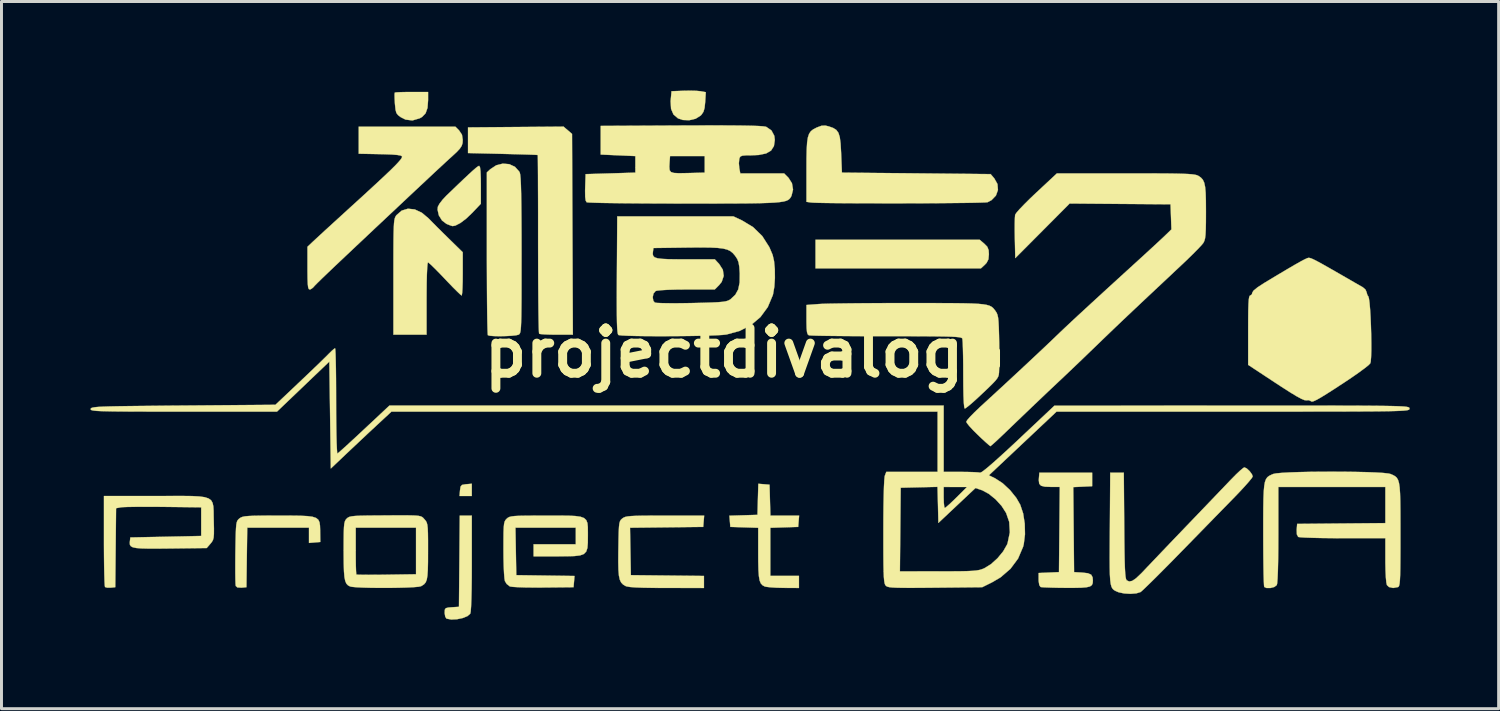
<source format=kicad_pcb>
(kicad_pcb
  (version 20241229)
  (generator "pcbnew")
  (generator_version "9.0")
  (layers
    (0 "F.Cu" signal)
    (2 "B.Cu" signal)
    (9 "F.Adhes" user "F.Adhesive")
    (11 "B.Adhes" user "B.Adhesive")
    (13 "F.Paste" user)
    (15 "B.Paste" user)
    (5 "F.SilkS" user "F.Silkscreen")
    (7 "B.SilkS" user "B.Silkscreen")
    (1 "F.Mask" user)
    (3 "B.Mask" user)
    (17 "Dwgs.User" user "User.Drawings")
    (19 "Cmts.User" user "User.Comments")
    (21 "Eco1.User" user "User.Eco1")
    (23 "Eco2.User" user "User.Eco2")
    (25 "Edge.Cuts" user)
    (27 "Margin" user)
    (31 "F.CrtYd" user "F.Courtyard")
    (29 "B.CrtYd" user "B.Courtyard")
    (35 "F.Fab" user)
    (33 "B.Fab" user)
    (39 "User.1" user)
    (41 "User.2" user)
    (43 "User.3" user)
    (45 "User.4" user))
  (footprint "projectdivalogo"
    (layer "F.Cu")
    (at 22.043 8.838)
    (property "Reference" "projectdivalogo" (at 0 0 0) (layer "F.SilkS") (effects (font (size 1.524 1.524) (thickness 0.3))))
    (attr through_hole)
    (fp_poly (pts (xy -9.195 4.826) (xy -9.607 4.826) (xy -9.592 4.636) (xy -9.573 4.51) (xy -9.524 4.453) (xy -9.411 4.431) (xy -9.385 4.429) (xy -9.195 4.413) (xy -9.195 4.826)) (stroke (width 0.01) (type solid)) (fill yes) (layer "F.SilkS"))
    (fp_poly (pts (xy 8.073 -3.678) (xy 8.176 -3.573) (xy 8.221 -3.459) (xy 8.23 -3.32) (xy 8.214 -3.151) (xy 8.154 -3.032) (xy 8.095 -2.969) (xy 7.961 -2.845) (xy 2.388 -2.845) (xy 2.388 -3.81) (xy 7.917 -3.81) (xy 8.073 -3.678)) (stroke (width 0.01) (type solid)) (fill yes) (layer "F.SilkS"))
    (fp_poly (pts (xy -1.637 -8.828) (xy -1.493 -8.815) (xy -1.48 -8.813) (xy -1.309 -8.782) (xy -1.33 -8.453) (xy -1.35 -8.256) (xy -1.387 -8.125) (xy -1.453 -8.025) (xy -1.484 -7.993) (xy -1.651 -7.888) (xy -1.866 -7.837) (xy -2.087 -7.845) (xy -2.247 -7.9) (xy -2.399 -8.031) (xy -2.48 -8.22) (xy -2.495 -8.477) (xy -2.49 -8.534) (xy -2.464 -8.814) (xy -2.057 -8.829) (xy -1.839 -8.833) (xy -1.637 -8.828)) (stroke (width 0.01) (type solid)) (fill yes) (layer "F.SilkS"))
    (fp_poly (pts (xy -10.668 -8.511) (xy -10.687 -8.254) (xy -10.751 -8.072) (xy -10.869 -7.948) (xy -10.949 -7.902) (xy -11.196 -7.83) (xy -11.427 -7.858) (xy -11.588 -7.939) (xy -11.68 -8.009) (xy -11.735 -8.081) (xy -11.764 -8.188) (xy -11.782 -8.359) (xy -11.786 -8.401) (xy -11.795 -8.577) (xy -11.797 -8.708) (xy -11.79 -8.767) (xy -11.79 -8.767) (xy -11.733 -8.776) (xy -11.597 -8.783) (xy -11.403 -8.787) (xy -11.218 -8.788) (xy -10.668 -8.788) (xy -10.668 -8.511)) (stroke (width 0.01) (type solid)) (fill yes) (layer "F.SilkS"))
    (fp_poly (pts (xy -9.195 7.09) (xy -9.196 7.558) (xy -9.201 7.962) (xy -9.209 8.296) (xy -9.219 8.55) (xy -9.232 8.718) (xy -9.246 8.79) (xy -9.339 8.872) (xy -9.498 8.937) (xy -9.691 8.978) (xy -9.884 8.988) (xy -10.042 8.959) (xy -10.046 8.958) (xy -10.089 8.895) (xy -10.109 8.775) (xy -10.109 8.762) (xy -10.104 8.658) (xy -10.07 8.606) (xy -9.98 8.584) (xy -9.868 8.575) (xy -9.627 8.56) (xy -9.613 7.023) (xy -9.6 5.486) (xy -9.195 5.486) (xy -9.195 7.09)) (stroke (width 0.01) (type solid)) (fill yes) (layer "F.SilkS"))
    (fp_poly (pts (xy 0.65 4.429) (xy 0.838 4.445) (xy 0.867 5.486) (xy 1.835 5.486) (xy 1.819 5.677) (xy 1.803 5.867) (xy 0.864 5.897) (xy 0.864 7.518) (xy 1.829 7.518) (xy 1.829 7.925) (xy 1.308 7.922) (xy 1.077 7.916) (xy 0.874 7.903) (xy 0.727 7.886) (xy 0.676 7.874) (xy 0.601 7.833) (xy 0.545 7.772) (xy 0.505 7.675) (xy 0.48 7.529) (xy 0.465 7.321) (xy 0.458 7.035) (xy 0.457 6.762) (xy 0.457 5.897) (xy -0.483 5.867) (xy -0.514 5.49) (xy 0.432 5.461) (xy 0.446 4.937) (xy 0.461 4.414) (xy 0.65 4.429)) (stroke (width 0.01) (type solid)) (fill yes) (layer "F.SilkS"))
    (fp_poly (pts (xy -8.919 -6.253) (xy -8.901 -6.112) (xy -8.892 -5.875) (xy -8.89 -5.66) (xy -8.89 -5.022) (xy -9.182 -4.714) (xy -9.387 -4.519) (xy -9.581 -4.373) (xy -9.747 -4.287) (xy -9.841 -4.269) (xy -9.91 -4.289) (xy -10.028 -4.336) (xy -10.048 -4.344) (xy -10.198 -4.458) (xy -10.305 -4.63) (xy -10.348 -4.821) (xy -10.338 -4.921) (xy -10.285 -5.021) (xy -10.179 -5.159) (xy -10.042 -5.305) (xy -10.039 -5.307) (xy -9.727 -5.607) (xy -9.48 -5.843) (xy -9.29 -6.021) (xy -9.15 -6.149) (xy -9.052 -6.233) (xy -8.988 -6.281) (xy -8.952 -6.299) (xy -8.946 -6.299) (xy -8.919 -6.253)) (stroke (width 0.01) (type solid)) (fill yes) (layer "F.SilkS"))
    (fp_poly (pts (xy -5.817 -7.375) (xy -5.789 -0.61) (xy -6.34 -0.61) (xy -6.568 -0.613) (xy -6.756 -0.621) (xy -6.883 -0.632) (xy -6.926 -0.643) (xy -6.932 -0.699) (xy -6.938 -0.847) (xy -6.943 -1.079) (xy -6.948 -1.385) (xy -6.952 -1.757) (xy -6.955 -2.186) (xy -6.958 -2.662) (xy -6.959 -3.177) (xy -6.96 -3.666) (xy -6.96 -4.207) (xy -6.96 -4.717) (xy -6.961 -5.187) (xy -6.963 -5.607) (xy -6.964 -5.97) (xy -6.966 -6.266) (xy -6.968 -6.487) (xy -6.97 -6.623) (xy -6.972 -6.665) (xy -7.024 -6.669) (xy -7.164 -6.675) (xy -7.376 -6.682) (xy -7.647 -6.69) (xy -7.961 -6.698) (xy -8.153 -6.703) (xy -9.322 -6.731) (xy -9.322 -7.595) (xy -6.103 -7.621) (xy -5.817 -7.375)) (stroke (width 0.01) (type solid)) (fill yes) (layer "F.SilkS"))
    (fp_poly (pts (xy 11.709 4.496) (xy 11.073 4.526) (xy 11.1 7.391) (xy 11.378 7.407) (xy 11.567 7.429) (xy 11.676 7.477) (xy 11.725 7.567) (xy 11.734 7.673) (xy 11.728 7.763) (xy 11.699 7.829) (xy 11.635 7.874) (xy 11.52 7.901) (xy 11.343 7.916) (xy 11.088 7.921) (xy 10.823 7.921) (xy 10.546 7.918) (xy 10.304 7.912) (xy 10.114 7.905) (xy 9.996 7.896) (xy 9.97 7.891) (xy 9.928 7.826) (xy 9.907 7.69) (xy 9.906 7.643) (xy 9.906 7.421) (xy 10.592 7.391) (xy 10.619 4.521) (xy 10.326 4.52) (xy 10.115 4.512) (xy 9.988 4.48) (xy 9.926 4.413) (xy 9.912 4.298) (xy 9.915 4.237) (xy 9.931 4.039) (xy 11.709 4.039) (xy 11.709 4.496)) (stroke (width 0.01) (type solid)) (fill yes) (layer "F.SilkS"))
    (fp_poly (pts (xy -1.381 5.677) (xy -1.397 5.867) (xy -2.63 5.881) (xy -3.863 5.895) (xy -3.849 6.694) (xy -3.835 7.493) (xy -1.372 7.52) (xy -1.372 7.925) (xy -2.629 7.924) (xy -3.07 7.922) (xy -3.417 7.916) (xy -3.679 7.906) (xy -3.863 7.892) (xy -3.977 7.872) (xy -4.012 7.86) (xy -4.098 7.808) (xy -4.162 7.741) (xy -4.207 7.646) (xy -4.237 7.509) (xy -4.253 7.314) (xy -4.259 7.05) (xy -4.257 6.7) (xy -4.255 6.612) (xy -4.25 6.283) (xy -4.244 6.04) (xy -4.235 5.869) (xy -4.222 5.754) (xy -4.201 5.679) (xy -4.173 5.63) (xy -4.133 5.592) (xy -4.122 5.583) (xy -4.079 5.554) (xy -4.024 5.531) (xy -3.944 5.514) (xy -3.828 5.502) (xy -3.661 5.494) (xy -3.432 5.489) (xy -3.128 5.487) (xy -2.737 5.486) (xy -2.684 5.486) (xy -1.365 5.486) (xy -1.381 5.677)) (stroke (width 0.01) (type solid)) (fill yes) (layer "F.SilkS"))
    (fp_poly (pts (xy -15.308 5.487) (xy -14.983 5.491) (xy -14.738 5.503) (xy -14.561 5.526) (xy -14.441 5.566) (xy -14.366 5.627) (xy -14.326 5.713) (xy -14.31 5.827) (xy -14.305 5.975) (xy -14.305 6.024) (xy -14.3 6.375) (xy -14.491 6.391) (xy -14.681 6.407) (xy -14.681 5.893) (xy -16.762 5.893) (xy -16.776 6.896) (xy -16.789 7.899) (xy -16.955 7.915) (xy -17.095 7.906) (xy -17.148 7.858) (xy -17.156 7.787) (xy -17.161 7.631) (xy -17.164 7.406) (xy -17.164 7.128) (xy -17.162 6.814) (xy -17.161 6.733) (xy -17.155 6.38) (xy -17.149 6.116) (xy -17.141 5.924) (xy -17.13 5.792) (xy -17.113 5.705) (xy -17.089 5.649) (xy -17.056 5.61) (xy -17.025 5.583) (xy -16.98 5.552) (xy -16.922 5.529) (xy -16.837 5.511) (xy -16.714 5.5) (xy -16.537 5.492) (xy -16.294 5.488) (xy -15.971 5.487) (xy -15.723 5.486) (xy -15.308 5.487)) (stroke (width 0.01) (type solid)) (fill yes) (layer "F.SilkS"))
    (fp_poly (pts (xy -11.117 -4.831) (xy -10.879 -4.72) (xy -10.657 -4.534) (xy -10.526 -4.401) (xy -10.348 -4.221) (xy -10.145 -4.02) (xy -9.962 -3.84) (xy -9.5 -3.388) (xy -9.5 -2.659) (xy -9.502 -2.4) (xy -9.509 -2.182) (xy -9.519 -2.022) (xy -9.532 -1.939) (xy -9.538 -1.931) (xy -9.584 -1.966) (xy -9.686 -2.063) (xy -9.832 -2.208) (xy -10.007 -2.39) (xy -10.101 -2.489) (xy -10.287 -2.684) (xy -10.45 -2.849) (xy -10.577 -2.972) (xy -10.656 -3.039) (xy -10.672 -3.048) (xy -10.686 -2.999) (xy -10.698 -2.86) (xy -10.708 -2.643) (xy -10.715 -2.359) (xy -10.718 -2.02) (xy -10.719 -1.829) (xy -10.719 -0.61) (xy -11.836 -0.61) (xy -11.836 -2.559) (xy -11.836 -3.056) (xy -11.835 -3.461) (xy -11.833 -3.785) (xy -11.829 -4.038) (xy -11.823 -4.23) (xy -11.815 -4.371) (xy -11.803 -4.471) (xy -11.787 -4.54) (xy -11.767 -4.588) (xy -11.743 -4.626) (xy -11.734 -4.638) (xy -11.557 -4.791) (xy -11.347 -4.855) (xy -11.117 -4.831)) (stroke (width 0.01) (type solid)) (fill yes) (layer "F.SilkS"))
    (fp_poly (pts (xy -7.932 -6.356) (xy -7.74 -6.267) (xy -7.598 -6.109) (xy -7.577 -6.067) (xy -7.563 -6) (xy -7.55 -5.863) (xy -7.54 -5.653) (xy -7.532 -5.364) (xy -7.526 -4.992) (xy -7.522 -4.533) (xy -7.519 -3.981) (xy -7.518 -3.332) (xy -7.518 -3.301) (xy -7.519 -2.716) (xy -7.519 -2.224) (xy -7.52 -1.818) (xy -7.523 -1.488) (xy -7.526 -1.226) (xy -7.532 -1.024) (xy -7.539 -0.875) (xy -7.548 -0.768) (xy -7.56 -0.697) (xy -7.575 -0.653) (xy -7.593 -0.628) (xy -7.615 -0.612) (xy -7.617 -0.611) (xy -7.706 -0.589) (xy -7.861 -0.573) (xy -8.055 -0.563) (xy -8.259 -0.559) (xy -8.446 -0.563) (xy -8.587 -0.574) (xy -8.653 -0.593) (xy -8.659 -0.648) (xy -8.665 -0.796) (xy -8.671 -1.027) (xy -8.676 -1.331) (xy -8.68 -1.699) (xy -8.683 -2.121) (xy -8.685 -2.588) (xy -8.687 -3.091) (xy -8.687 -3.352) (xy -8.687 -6.078) (xy -8.572 -6.185) (xy -8.371 -6.318) (xy -8.15 -6.374) (xy -7.932 -6.356)) (stroke (width 0.01) (type solid)) (fill yes) (layer "F.SilkS"))
    (fp_poly (pts (xy 2.837 -7.628) (xy 2.983 -7.576) (xy 3.088 -7.51) (xy 3.159 -7.413) (xy 3.205 -7.267) (xy 3.232 -7.057) (xy 3.249 -6.764) (xy 3.251 -6.713) (xy 3.277 -6.071) (xy 8.289 -6.02) (xy 8.412 -5.877) (xy 8.519 -5.686) (xy 8.535 -5.486) (xy 8.467 -5.298) (xy 8.319 -5.144) (xy 8.188 -5.075) (xy 8.12 -5.068) (xy 7.962 -5.062) (xy 7.724 -5.056) (xy 7.418 -5.051) (xy 7.056 -5.047) (xy 6.647 -5.043) (xy 6.203 -5.04) (xy 5.736 -5.039) (xy 5.257 -5.037) (xy 4.776 -5.037) (xy 4.305 -5.038) (xy 3.855 -5.039) (xy 3.437 -5.041) (xy 3.063 -5.044) (xy 2.742 -5.048) (xy 2.488 -5.053) (xy 2.31 -5.059) (xy 2.223 -5.066) (xy 2.083 -5.087) (xy 2.083 -6.153) (xy 2.084 -6.548) (xy 2.091 -6.856) (xy 2.105 -7.088) (xy 2.131 -7.258) (xy 2.172 -7.38) (xy 2.23 -7.465) (xy 2.31 -7.529) (xy 2.414 -7.583) (xy 2.435 -7.593) (xy 2.589 -7.65) (xy 2.715 -7.657) (xy 2.837 -7.628)) (stroke (width 0.01) (type solid)) (fill yes) (layer "F.SilkS"))
    (fp_poly (pts (xy -18.626 4.828) (xy -18.379 4.841) (xy -18.195 4.866) (xy -18.065 4.909) (xy -17.979 4.971) (xy -17.929 5.059) (xy -17.904 5.176) (xy -17.895 5.326) (xy -17.893 5.513) (xy -17.89 5.662) (xy -17.884 5.924) (xy -17.885 6.106) (xy -17.895 6.227) (xy -17.917 6.31) (xy -17.955 6.376) (xy -18 6.431) (xy -18.127 6.579) (xy -19.355 6.594) (xy -19.766 6.598) (xy -20.088 6.598) (xy -20.329 6.592) (xy -20.501 6.578) (xy -20.616 6.554) (xy -20.683 6.518) (xy -20.715 6.469) (xy -20.72 6.403) (xy -20.716 6.354) (xy -20.701 6.223) (xy -18.313 6.172) (xy -18.313 5.207) (xy -19.583 5.192) (xy -19.942 5.189) (xy -20.275 5.189) (xy -20.565 5.191) (xy -20.798 5.195) (xy -20.958 5.201) (xy -21.018 5.207) (xy -21.182 5.237) (xy -21.209 7.899) (xy -21.363 7.915) (xy -21.484 7.914) (xy -21.554 7.893) (xy -21.563 7.835) (xy -21.571 7.688) (xy -21.578 7.466) (xy -21.584 7.18) (xy -21.588 6.844) (xy -21.59 6.47) (xy -21.59 6.342) (xy -21.59 4.826) (xy -19.845 4.826) (xy -19.35 4.825) (xy -18.947 4.824) (xy -18.626 4.828)) (stroke (width 0.01) (type solid)) (fill yes) (layer "F.SilkS"))
    (fp_poly (pts (xy -5.955 5.489) (xy -5.71 5.5) (xy -5.532 5.525) (xy -5.412 5.569) (xy -5.338 5.638) (xy -5.299 5.736) (xy -5.285 5.87) (xy -5.283 6.044) (xy -5.283 6.17) (xy -5.285 6.403) (xy -5.299 6.576) (xy -5.339 6.698) (xy -5.417 6.779) (xy -5.546 6.827) (xy -5.74 6.85) (xy -6.012 6.857) (xy -6.309 6.858) (xy -7.112 6.858) (xy -7.112 6.452) (xy -5.69 6.452) (xy -5.69 5.893) (xy -7.724 5.893) (xy -7.696 7.493) (xy -6.715 7.507) (xy -5.734 7.521) (xy -5.75 7.71) (xy -5.766 7.899) (xy -6.782 7.909) (xy -7.1 7.91) (xy -7.389 7.907) (xy -7.632 7.899) (xy -7.81 7.888) (xy -7.907 7.875) (xy -7.913 7.873) (xy -8.018 7.791) (xy -8.078 7.694) (xy -8.094 7.602) (xy -8.108 7.428) (xy -8.119 7.19) (xy -8.126 6.907) (xy -8.128 6.628) (xy -8.127 6.298) (xy -8.125 6.054) (xy -8.118 5.881) (xy -8.106 5.763) (xy -8.087 5.687) (xy -8.059 5.635) (xy -8.021 5.594) (xy -8.017 5.59) (xy -7.977 5.557) (xy -7.927 5.532) (xy -7.854 5.514) (xy -7.746 5.501) (xy -7.588 5.493) (xy -7.368 5.489) (xy -7.072 5.487) (xy -6.696 5.486) (xy -6.28 5.486) (xy -5.955 5.489)) (stroke (width 0.01) (type solid)) (fill yes) (layer "F.SilkS"))
    (fp_poly (pts (xy -9.624 -7.495) (xy -9.526 -7.348) (xy -9.5 -7.173) (xy -9.506 -7.067) (xy -9.535 -6.975) (xy -9.598 -6.878) (xy -9.71 -6.759) (xy -9.882 -6.6) (xy -9.96 -6.53) (xy -10.057 -6.441) (xy -10.223 -6.287) (xy -10.455 -6.072) (xy -10.746 -5.799) (xy -11.094 -5.474) (xy -11.492 -5.1) (xy -11.937 -4.682) (xy -12.425 -4.224) (xy -12.949 -3.73) (xy -13.081 -3.606) (xy -13.472 -3.237) (xy -13.794 -2.933) (xy -14.051 -2.688) (xy -14.249 -2.498) (xy -14.392 -2.358) (xy -14.486 -2.263) (xy -14.536 -2.208) (xy -14.544 -2.197) (xy -14.626 -2.139) (xy -14.658 -2.134) (xy -14.688 -2.149) (xy -14.709 -2.206) (xy -14.722 -2.319) (xy -14.729 -2.5) (xy -14.732 -2.766) (xy -14.732 -2.853) (xy -14.732 -3.572) (xy -14.54 -3.754) (xy -14.453 -3.835) (xy -14.302 -3.974) (xy -14.1 -4.16) (xy -13.856 -4.383) (xy -13.583 -4.632) (xy -13.293 -4.897) (xy -13.232 -4.952) (xy -12.814 -5.333) (xy -12.468 -5.652) (xy -12.186 -5.914) (xy -11.963 -6.125) (xy -11.794 -6.291) (xy -11.673 -6.418) (xy -11.595 -6.509) (xy -11.553 -6.572) (xy -11.543 -6.611) (xy -11.544 -6.617) (xy -11.587 -6.645) (xy -11.701 -6.666) (xy -11.896 -6.682) (xy -12.18 -6.692) (xy -12.285 -6.694) (xy -13.005 -6.708) (xy -13.005 -7.62) (xy -9.749 -7.62) (xy -9.624 -7.495)) (stroke (width 0.01) (type solid)) (fill yes) (layer "F.SilkS"))
    (fp_poly (pts (xy 19.044 -3.195) (xy 19.101 -3.177) (xy 19.185 -3.139) (xy 19.306 -3.077) (xy 19.476 -2.984) (xy 19.704 -2.855) (xy 20.003 -2.684) (xy 20.244 -2.545) (xy 20.45 -2.426) (xy 20.636 -2.319) (xy 20.775 -2.24) (xy 20.828 -2.21) (xy 20.921 -2.129) (xy 20.955 -2.048) (xy 20.985 -1.942) (xy 21.013 -1.905) (xy 21.035 -1.837) (xy 21.056 -1.686) (xy 21.075 -1.47) (xy 21.091 -1.208) (xy 21.103 -0.919) (xy 21.112 -0.62) (xy 21.116 -0.331) (xy 21.116 -0.07) (xy 21.109 0.145) (xy 21.097 0.295) (xy 21.082 0.355) (xy 21.023 0.416) (xy 20.893 0.52) (xy 20.706 0.658) (xy 20.477 0.818) (xy 20.228 0.985) (xy 19.888 1.208) (xy 19.622 1.378) (xy 19.421 1.502) (xy 19.276 1.584) (xy 19.177 1.63) (xy 19.116 1.645) (xy 19.082 1.634) (xy 19.075 1.625) (xy 19.007 1.596) (xy 18.933 1.602) (xy 18.869 1.596) (xy 18.762 1.552) (xy 18.602 1.466) (xy 18.382 1.333) (xy 18.093 1.148) (xy 17.894 1.018) (xy 16.967 0.407) (xy 16.967 -0.762) (xy 16.968 -1.145) (xy 16.971 -1.437) (xy 16.978 -1.65) (xy 16.988 -1.795) (xy 17.002 -1.882) (xy 17.021 -1.923) (xy 17.038 -1.93) (xy 17.094 -1.971) (xy 17.101 -2.016) (xy 17.144 -2.091) (xy 17.279 -2.203) (xy 17.507 -2.352) (xy 17.526 -2.363) (xy 17.938 -2.611) (xy 18.272 -2.81) (xy 18.533 -2.963) (xy 18.73 -3.074) (xy 18.87 -3.148) (xy 18.959 -3.189) (xy 19.003 -3.2) (xy 19.044 -3.195)) (stroke (width 0.01) (type solid)) (fill yes) (layer "F.SilkS"))
    (fp_poly (pts (xy 16.921 3.899) (xy 17.017 3.989) (xy 17.094 4.094) (xy 17.12 4.166) (xy 17.086 4.225) (xy 16.991 4.341) (xy 16.849 4.502) (xy 16.67 4.695) (xy 16.522 4.849) (xy 16.337 5.039) (xy 16.095 5.286) (xy 15.81 5.578) (xy 15.497 5.899) (xy 15.169 6.235) (xy 14.841 6.571) (xy 14.684 6.731) (xy 14.391 7.031) (xy 14.116 7.308) (xy 13.869 7.556) (xy 13.658 7.764) (xy 13.493 7.924) (xy 13.383 8.027) (xy 13.339 8.063) (xy 13.199 8.106) (xy 13.003 8.122) (xy 12.793 8.11) (xy 12.61 8.072) (xy 12.573 8.058) (xy 12.502 8.027) (xy 12.445 7.995) (xy 12.399 7.952) (xy 12.363 7.889) (xy 12.337 7.795) (xy 12.319 7.66) (xy 12.307 7.475) (xy 12.302 7.23) (xy 12.3 6.915) (xy 12.302 6.52) (xy 12.305 6.035) (xy 12.306 5.938) (xy 12.319 4.039) (xy 12.776 4.039) (xy 12.79 5.824) (xy 12.794 6.31) (xy 12.799 6.704) (xy 12.805 7.015) (xy 12.813 7.253) (xy 12.823 7.428) (xy 12.835 7.548) (xy 12.851 7.623) (xy 12.87 7.663) (xy 12.876 7.669) (xy 12.959 7.707) (xy 13.06 7.686) (xy 13.19 7.598) (xy 13.361 7.436) (xy 13.442 7.352) (xy 13.551 7.236) (xy 13.72 7.059) (xy 13.936 6.832) (xy 14.188 6.568) (xy 14.465 6.278) (xy 14.756 5.975) (xy 14.883 5.842) (xy 15.181 5.532) (xy 15.475 5.225) (xy 15.752 4.936) (xy 16.001 4.676) (xy 16.208 4.46) (xy 16.362 4.299) (xy 16.405 4.255) (xy 16.564 4.093) (xy 16.702 3.964) (xy 16.801 3.882) (xy 16.84 3.861) (xy 16.921 3.899)) (stroke (width 0.01) (type solid)) (fill yes) (layer "F.SilkS"))
    (fp_poly (pts (xy -11.275 5.479) (xy -11.11 5.484) (xy -10.995 5.494) (xy -10.918 5.511) (xy -10.867 5.534) (xy -10.829 5.566) (xy -10.792 5.609) (xy -10.782 5.619) (xy -10.742 5.668) (xy -10.713 5.723) (xy -10.693 5.799) (xy -10.68 5.912) (xy -10.673 6.077) (xy -10.67 6.31) (xy -10.67 6.626) (xy -10.67 6.696) (xy -10.671 7.048) (xy -10.677 7.314) (xy -10.69 7.507) (xy -10.712 7.642) (xy -10.748 7.734) (xy -10.799 7.797) (xy -10.869 7.845) (xy -10.906 7.866) (xy -10.991 7.884) (xy -11.158 7.898) (xy -11.39 7.91) (xy -11.667 7.917) (xy -11.97 7.922) (xy -12.282 7.922) (xy -12.583 7.919) (xy -12.854 7.912) (xy -13.077 7.901) (xy -13.233 7.887) (xy -13.294 7.874) (xy -13.366 7.836) (xy -13.42 7.779) (xy -13.459 7.69) (xy -13.486 7.556) (xy -13.502 7.364) (xy -13.51 7.099) (xy -13.513 6.749) (xy -13.513 6.658) (xy -13.512 6.32) (xy -13.509 6.068) (xy -13.503 5.893) (xy -13.106 5.893) (xy -13.106 6.672) (xy -13.105 6.942) (xy -13.102 7.175) (xy -13.096 7.351) (xy -13.089 7.454) (xy -13.085 7.472) (xy -13.03 7.478) (xy -12.89 7.481) (xy -12.679 7.483) (xy -12.414 7.482) (xy -12.111 7.479) (xy -12.069 7.478) (xy -11.074 7.463) (xy -11.074 5.893) (xy -13.106 5.893) (xy -13.503 5.893) (xy -13.503 5.888) (xy -13.491 5.764) (xy -13.472 5.683) (xy -13.446 5.629) (xy -13.411 5.588) (xy -13.372 5.555) (xy -13.32 5.529) (xy -13.243 5.511) (xy -13.126 5.498) (xy -12.956 5.49) (xy -12.719 5.485) (xy -12.401 5.482) (xy -12.205 5.481) (xy -11.81 5.478) (xy -11.505 5.477) (xy -11.275 5.479)) (stroke (width 0.01) (type solid)) (fill yes) (layer "F.SilkS"))
    (fp_poly (pts (xy -0.441 -7.66) (xy -0.056 -7.656) (xy 0.246 -7.65) (xy 0.472 -7.642) (xy 0.626 -7.631) (xy 0.712 -7.618) (xy 0.726 -7.614) (xy 0.903 -7.492) (xy 0.999 -7.311) (xy 1.016 -7.174) (xy 0.986 -6.966) (xy 0.89 -6.815) (xy 0.722 -6.717) (xy 0.473 -6.666) (xy 0.232 -6.655) (xy 0.037 -6.653) (xy -0.08 -6.642) (xy -0.142 -6.615) (xy -0.172 -6.566) (xy -0.182 -6.527) (xy -0.195 -6.388) (xy -0.182 -6.227) (xy -0.181 -6.223) (xy -0.148 -6.045) (xy 1.329 -6.045) (xy 1.477 -5.897) (xy 1.594 -5.713) (xy 1.63 -5.499) (xy 1.578 -5.289) (xy 1.571 -5.276) (xy 1.543 -5.227) (xy 1.51 -5.186) (xy 1.465 -5.151) (xy 1.4 -5.121) (xy 1.308 -5.097) (xy 1.181 -5.078) (xy 1.013 -5.062) (xy 0.795 -5.051) (xy 0.521 -5.042) (xy 0.183 -5.036) (xy -0.227 -5.033) (xy -0.715 -5.031) (xy -1.289 -5.03) (xy -1.957 -5.03) (xy -2.043 -5.03) (xy -2.606 -5.031) (xy -3.141 -5.033) (xy -3.636 -5.036) (xy -4.085 -5.04) (xy -4.479 -5.045) (xy -4.807 -5.05) (xy -5.063 -5.057) (xy -5.236 -5.064) (xy -5.318 -5.071) (xy -5.323 -5.072) (xy -5.357 -5.129) (xy -5.374 -5.255) (xy -5.377 -5.464) (xy -5.374 -5.567) (xy -5.359 -6.02) (xy -3.683 -6.071) (xy -3.683 -6.256) (xy -2.539 -6.256) (xy -2.528 -6.153) (xy -2.482 -6.091) (xy -2.385 -6.06) (xy -2.221 -6.051) (xy -1.974 -6.055) (xy -1.919 -6.056) (xy -1.346 -6.071) (xy -1.346 -6.629) (xy -2.515 -6.629) (xy -2.531 -6.408) (xy -2.539 -6.256) (xy -3.683 -6.256) (xy -3.683 -6.629) (xy -4.851 -6.68) (xy -4.851 -7.645) (xy -2.134 -7.659) (xy -1.474 -7.661) (xy -0.912 -7.662) (xy -0.441 -7.66)) (stroke (width 0.01) (type solid)) (fill yes) (layer "F.SilkS"))
    (fp_poly (pts (xy 6.109 -1.675) (xy 6.612 -1.674) (xy 7.031 -1.672) (xy 7.375 -1.668) (xy 7.651 -1.661) (xy 7.867 -1.65) (xy 8.034 -1.634) (xy 8.159 -1.613) (xy 8.251 -1.586) (xy 8.318 -1.552) (xy 8.369 -1.511) (xy 8.412 -1.461) (xy 8.453 -1.406) (xy 8.491 -1.348) (xy 8.519 -1.279) (xy 8.54 -1.183) (xy 8.554 -1.045) (xy 8.564 -0.849) (xy 8.572 -0.579) (xy 8.577 -0.321) (xy 8.58 -0.014) (xy 8.58 0.265) (xy 8.577 0.498) (xy 8.571 0.664) (xy 8.562 0.744) (xy 8.543 0.803) (xy 8.509 0.864) (xy 8.449 0.94) (xy 8.352 1.043) (xy 8.208 1.185) (xy 8.006 1.376) (xy 7.861 1.512) (xy 7.695 1.663) (xy 7.553 1.784) (xy 7.453 1.861) (xy 7.417 1.88) (xy 7.399 1.83) (xy 7.385 1.684) (xy 7.374 1.447) (xy 7.368 1.124) (xy 7.366 0.741) (xy 7.365 0.407) (xy 7.361 0.105) (xy 7.355 -0.151) (xy 7.348 -0.343) (xy 7.339 -0.457) (xy 7.335 -0.478) (xy 7.32 -0.497) (xy 7.284 -0.512) (xy 7.219 -0.525) (xy 7.117 -0.535) (xy 6.969 -0.543) (xy 6.767 -0.549) (xy 6.504 -0.553) (xy 6.171 -0.556) (xy 5.759 -0.558) (xy 5.261 -0.559) (xy 4.774 -0.559) (xy 4.274 -0.559) (xy 3.804 -0.561) (xy 3.374 -0.564) (xy 2.993 -0.568) (xy 2.672 -0.572) (xy 2.421 -0.577) (xy 2.249 -0.583) (xy 2.167 -0.589) (xy 2.163 -0.59) (xy 2.125 -0.622) (xy 2.101 -0.696) (xy 2.088 -0.83) (xy 2.083 -1.042) (xy 2.083 -1.116) (xy 2.083 -1.611) (xy 2.502 -1.643) (xy 2.636 -1.65) (xy 2.859 -1.656) (xy 3.161 -1.661) (xy 3.53 -1.666) (xy 3.953 -1.67) (xy 4.419 -1.673) (xy 4.917 -1.675) (xy 5.435 -1.675) (xy 5.512 -1.675) (xy 6.109 -1.675)) (stroke (width 0.01) (type solid)) (fill yes) (layer "F.SilkS"))
    (fp_poly (pts (xy 20.233 4.009) (xy 20.616 4.014) (xy 20.969 4.022) (xy 21.276 4.034) (xy 21.522 4.049) (xy 21.692 4.068) (xy 21.763 4.084) (xy 21.849 4.121) (xy 21.919 4.16) (xy 21.974 4.21) (xy 22.017 4.283) (xy 22.049 4.389) (xy 22.071 4.537) (xy 22.085 4.738) (xy 22.093 5.002) (xy 22.097 5.341) (xy 22.098 5.763) (xy 22.098 6.127) (xy 22.098 6.598) (xy 22.096 6.976) (xy 22.093 7.273) (xy 22.088 7.498) (xy 22.08 7.662) (xy 22.069 7.773) (xy 22.055 7.842) (xy 22.037 7.88) (xy 22.018 7.894) (xy 21.852 7.925) (xy 21.712 7.893) (xy 21.643 7.827) (xy 21.623 7.741) (xy 21.607 7.574) (xy 21.596 7.347) (xy 21.59 7.079) (xy 21.59 6.988) (xy 21.59 6.248) (xy 20.155 6.248) (xy 19.781 6.246) (xy 19.438 6.242) (xy 19.141 6.235) (xy 18.902 6.227) (xy 18.736 6.217) (xy 18.656 6.206) (xy 18.653 6.204) (xy 18.608 6.12) (xy 18.602 5.964) (xy 18.618 5.766) (xy 20.104 5.752) (xy 21.59 5.739) (xy 21.59 4.521) (xy 17.983 4.521) (xy 17.983 6.125) (xy 17.981 6.611) (xy 17.976 7.025) (xy 17.968 7.36) (xy 17.957 7.61) (xy 17.944 7.769) (xy 17.931 7.827) (xy 17.849 7.891) (xy 17.717 7.926) (xy 17.584 7.925) (xy 17.509 7.891) (xy 17.501 7.834) (xy 17.494 7.687) (xy 17.487 7.463) (xy 17.482 7.173) (xy 17.478 6.829) (xy 17.476 6.443) (xy 17.475 6.124) (xy 17.475 5.635) (xy 17.477 5.238) (xy 17.482 4.921) (xy 17.492 4.676) (xy 17.508 4.49) (xy 17.532 4.355) (xy 17.567 4.26) (xy 17.613 4.194) (xy 17.673 4.148) (xy 17.747 4.111) (xy 17.81 4.084) (xy 17.913 4.063) (xy 18.102 4.046) (xy 18.363 4.031) (xy 18.681 4.02) (xy 19.042 4.012) (xy 19.431 4.008) (xy 19.833 4.007) (xy 20.233 4.009)) (stroke (width 0.01) (type solid)) (fill yes) (layer "F.SilkS"))
    (fp_poly (pts (xy -0.096 -4.464) (xy 0.285 -4.234) (xy 0.593 -3.933) (xy 0.831 -3.561) (xy 0.942 -3.3) (xy 0.99 -3.091) (xy 1.016 -2.818) (xy 1.019 -2.518) (xy 1 -2.226) (xy 0.958 -1.979) (xy 0.947 -1.939) (xy 0.779 -1.541) (xy 0.532 -1.204) (xy 0.213 -0.934) (xy -0.171 -0.736) (xy -0.614 -0.616) (xy -0.743 -0.602) (xy -0.95 -0.59) (xy -1.221 -0.58) (xy -1.54 -0.572) (xy -1.894 -0.566) (xy -2.268 -0.562) (xy -2.647 -0.56) (xy -3.018 -0.56) (xy -3.365 -0.562) (xy -3.675 -0.567) (xy -3.933 -0.574) (xy -4.125 -0.583) (xy -4.236 -0.595) (xy -4.255 -0.601) (xy -4.272 -0.633) (xy -4.285 -0.71) (xy -4.296 -0.839) (xy -4.303 -1.03) (xy -4.307 -1.29) (xy -4.309 -1.627) (xy -4.309 -1.871) (xy -3.099 -1.871) (xy -3.077 -1.751) (xy -3.026 -1.692) (xy -2.957 -1.681) (xy -2.801 -1.674) (xy -2.574 -1.67) (xy -2.292 -1.669) (xy -1.969 -1.673) (xy -1.785 -1.676) (xy -1.408 -1.685) (xy -1.119 -1.694) (xy -0.903 -1.704) (xy -0.748 -1.717) (xy -0.639 -1.734) (xy -0.563 -1.756) (xy -0.505 -1.785) (xy -0.473 -1.807) (xy -0.315 -1.955) (xy -0.216 -2.136) (xy -0.169 -2.369) (xy -0.165 -2.675) (xy -0.18 -2.896) (xy -0.206 -3.048) (xy -0.25 -3.162) (xy -0.322 -3.27) (xy -0.322 -3.271) (xy -0.397 -3.358) (xy -0.481 -3.427) (xy -0.587 -3.477) (xy -0.727 -3.513) (xy -0.915 -3.535) (xy -1.164 -3.547) (xy -1.487 -3.55) (xy -1.896 -3.547) (xy -1.956 -3.546) (xy -3.073 -3.531) (xy -3.09 -3.414) (xy -3.097 -3.328) (xy -3.081 -3.263) (xy -3.032 -3.216) (xy -2.936 -3.184) (xy -2.783 -3.165) (xy -2.56 -3.154) (xy -2.256 -3.15) (xy -1.995 -3.15) (xy -1.006 -3.15) (xy -0.859 -2.992) (xy -0.735 -2.797) (xy -0.706 -2.591) (xy -0.773 -2.391) (xy -0.86 -2.282) (xy -1.008 -2.134) (xy -1.955 -2.134) (xy -2.291 -2.131) (xy -2.578 -2.123) (xy -2.803 -2.11) (xy -2.95 -2.094) (xy -3.001 -2.081) (xy -3.072 -1.996) (xy -3.099 -1.871) (xy -4.309 -1.871) (xy -4.309 -2.049) (xy -4.306 -2.564) (xy -4.306 -2.62) (xy -4.293 -4.597) (xy -0.381 -4.597) (xy -0.096 -4.464)) (stroke (width 0.01) (type solid)) (fill yes) (layer "F.SilkS"))
    (fp_poly (pts (xy 13.386 -6.045) (xy 13.845 -6.044) (xy 14.22 -6.042) (xy 14.521 -6.038) (xy 14.757 -6.032) (xy 14.937 -6.025) (xy 15.07 -6.015) (xy 15.165 -6.002) (xy 15.232 -5.987) (xy 15.279 -5.968) (xy 15.291 -5.961) (xy 15.376 -5.902) (xy 15.44 -5.83) (xy 15.486 -5.731) (xy 15.516 -5.59) (xy 15.534 -5.392) (xy 15.542 -5.123) (xy 15.544 -4.768) (xy 15.544 -4.735) (xy 15.543 -4.403) (xy 15.538 -4.156) (xy 15.529 -3.979) (xy 15.514 -3.856) (xy 15.49 -3.77) (xy 15.458 -3.706) (xy 15.454 -3.698) (xy 15.386 -3.617) (xy 15.259 -3.483) (xy 15.087 -3.31) (xy 14.886 -3.114) (xy 14.755 -2.99) (xy 14.513 -2.763) (xy 14.223 -2.49) (xy 13.911 -2.198) (xy 13.604 -1.91) (xy 13.386 -1.705) (xy 13.089 -1.425) (xy 12.755 -1.109) (xy 12.415 -0.785) (xy 12.099 -0.481) (xy 11.913 -0.301) (xy 11.654 -0.052) (xy 11.386 0.207) (xy 11.129 0.453) (xy 10.906 0.665) (xy 10.77 0.794) (xy 10.232 1.301) (xy 9.673 1.833) (xy 9.129 2.354) (xy 8.814 2.657) (xy 8.628 2.834) (xy 8.47 2.983) (xy 8.351 3.09) (xy 8.287 3.143) (xy 8.28 3.147) (xy 8.236 3.113) (xy 8.134 3.024) (xy 7.991 2.893) (xy 7.861 2.77) (xy 7.7 2.61) (xy 7.57 2.469) (xy 7.488 2.366) (xy 7.468 2.323) (xy 7.503 2.264) (xy 7.601 2.152) (xy 7.747 2.003) (xy 7.926 1.832) (xy 7.962 1.799) (xy 8.407 1.391) (xy 8.849 0.983) (xy 9.275 0.588) (xy 9.673 0.216) (xy 10.03 -0.119) (xy 10.333 -0.406) (xy 10.49 -0.557) (xy 10.638 -0.699) (xy 10.806 -0.858) (xy 11.001 -1.041) (xy 11.228 -1.252) (xy 11.496 -1.499) (xy 11.809 -1.787) (xy 12.173 -2.121) (xy 12.597 -2.508) (xy 13.085 -2.953) (xy 13.462 -3.297) (xy 13.674 -3.492) (xy 13.877 -3.679) (xy 14.05 -3.84) (xy 14.172 -3.955) (xy 14.188 -3.971) (xy 14.381 -4.158) (xy 14.366 -4.581) (xy 14.351 -5.004) (xy 12.651 -5.017) (xy 10.951 -5.031) (xy 10.035 -4.11) (xy 9.119 -3.19) (xy 9.104 -3.868) (xy 9.1 -4.129) (xy 9.101 -4.361) (xy 9.106 -4.54) (xy 9.114 -4.644) (xy 9.116 -4.653) (xy 9.16 -4.72) (xy 9.267 -4.843) (xy 9.425 -5.007) (xy 9.621 -5.202) (xy 9.832 -5.402) (xy 10.522 -6.045) (xy 12.835 -6.045) (xy 13.386 -6.045)) (stroke (width 0.01) (type solid)) (fill yes) (layer "F.SilkS"))
    (fp_poly (pts (xy -13.794 -0.104) (xy -13.786 0.035) (xy -13.78 0.253) (xy -13.774 0.538) (xy -13.77 0.878) (xy -13.768 1.263) (xy -13.767 1.63) (xy -13.766 2.047) (xy -13.762 2.428) (xy -13.757 2.761) (xy -13.75 3.035) (xy -13.741 3.239) (xy -13.732 3.362) (xy -13.723 3.395) (xy -13.674 3.357) (xy -13.563 3.259) (xy -13.4 3.112) (xy -13.196 2.924) (xy -12.962 2.707) (xy -12.824 2.578) (xy -11.969 1.778) (xy 6.706 1.778) (xy 6.706 4.013) (xy 7.286 4.013) (xy 7.524 4.016) (xy 7.728 4.022) (xy 7.875 4.031) (xy 7.937 4.041) (xy 7.995 4.014) (xy 8.121 3.919) (xy 8.31 3.76) (xy 8.559 3.539) (xy 8.864 3.261) (xy 9.221 2.929) (xy 9.224 2.925) (xy 10.439 1.782) (xy 16.421 1.78) (xy 17.326 1.78) (xy 18.135 1.78) (xy 18.853 1.78) (xy 19.485 1.78) (xy 20.038 1.781) (xy 20.516 1.782) (xy 20.924 1.784) (xy 21.27 1.787) (xy 21.556 1.79) (xy 21.79 1.794) (xy 21.976 1.799) (xy 22.12 1.805) (xy 22.228 1.812) (xy 22.304 1.821) (xy 22.354 1.831) (xy 22.383 1.842) (xy 22.398 1.855) (xy 22.402 1.869) (xy 22.403 1.88) (xy 22.402 1.895) (xy 22.394 1.909) (xy 22.376 1.921) (xy 22.34 1.932) (xy 22.283 1.941) (xy 22.197 1.949) (xy 22.079 1.956) (xy 21.921 1.962) (xy 21.72 1.967) (xy 21.47 1.971) (xy 21.165 1.974) (xy 20.799 1.976) (xy 20.368 1.978) (xy 19.866 1.98) (xy 19.287 1.98) (xy 18.627 1.981) (xy 17.879 1.981) (xy 17.038 1.981) (xy 16.457 1.981) (xy 10.511 1.981) (xy 8.23 4.128) (xy 8.446 4.234) (xy 8.694 4.396) (xy 8.94 4.625) (xy 9.153 4.889) (xy 9.286 5.119) (xy 9.384 5.413) (xy 9.438 5.759) (xy 9.446 6.117) (xy 9.405 6.447) (xy 9.382 6.538) (xy 9.213 6.934) (xy 8.957 7.279) (xy 8.621 7.568) (xy 8.332 7.737) (xy 8.004 7.899) (xy 6.422 7.915) (xy 5.974 7.919) (xy 5.617 7.921) (xy 5.34 7.92) (xy 5.132 7.916) (xy 4.982 7.909) (xy 4.879 7.898) (xy 4.813 7.882) (xy 4.772 7.861) (xy 4.757 7.848) (xy 4.734 7.817) (xy 4.716 7.765) (xy 4.702 7.682) (xy 4.691 7.558) (xy 4.684 7.383) (xy 4.683 7.366) (xy 5.231 7.366) (xy 6.54 7.365) (xy 6.943 7.364) (xy 7.259 7.362) (xy 7.5 7.357) (xy 7.681 7.348) (xy 7.815 7.335) (xy 7.917 7.317) (xy 7.999 7.292) (xy 8.076 7.261) (xy 8.077 7.26) (xy 8.301 7.122) (xy 8.522 6.922) (xy 8.712 6.691) (xy 8.843 6.461) (xy 8.86 6.416) (xy 8.936 6.052) (xy 8.915 5.699) (xy 8.81 5.396) (xy 8.659 5.161) (xy 8.456 4.938) (xy 8.229 4.754) (xy 8.008 4.634) (xy 7.984 4.626) (xy 7.778 4.557) (xy 7.153 5.145) (xy 6.528 5.733) (xy 6.514 5.126) (xy 6.508 4.877) (xy 6.706 4.877) (xy 6.711 5.052) (xy 6.724 5.178) (xy 6.742 5.231) (xy 6.744 5.231) (xy 6.794 5.196) (xy 6.898 5.105) (xy 7.038 4.973) (xy 7.137 4.876) (xy 7.493 4.522) (xy 7.099 4.522) (xy 6.706 4.521) (xy 6.706 4.877) (xy 6.508 4.877) (xy 6.499 4.518) (xy 5.879 4.532) (xy 5.258 4.547) (xy 5.231 7.366) (xy 4.683 7.366) (xy 4.678 7.147) (xy 4.675 6.839) (xy 4.674 6.449) (xy 4.674 6.019) (xy 4.675 5.57) (xy 4.679 5.162) (xy 4.686 4.808) (xy 4.694 4.518) (xy 4.705 4.303) (xy 4.717 4.173) (xy 4.723 4.144) (xy 4.773 4.013) (xy 6.502 4.013) (xy 6.502 1.981) (xy -2.699 1.981) (xy -11.901 1.981) (xy -12.415 2.458) (xy -12.668 2.693) (xy -12.955 2.963) (xy -13.238 3.229) (xy -13.437 3.417) (xy -13.945 3.899) (xy -13.995 0.296) (xy -15.758 1.981) (xy -18.906 1.981) (xy -19.55 1.981) (xy -20.1 1.981) (xy -20.564 1.979) (xy -20.947 1.978) (xy -21.259 1.975) (xy -21.505 1.97) (xy -21.695 1.965) (xy -21.834 1.958) (xy -21.93 1.948) (xy -21.992 1.937) (xy -22.025 1.924) (xy -22.037 1.908) (xy -22.038 1.892) (xy -22.029 1.874) (xy -22.006 1.858) (xy -21.961 1.845) (xy -21.887 1.833) (xy -21.776 1.823) (xy -21.62 1.815) (xy -21.412 1.808) (xy -21.146 1.802) (xy -20.812 1.797) (xy -20.404 1.792) (xy -19.914 1.787) (xy -19.334 1.781) (xy -18.916 1.778) (xy -15.812 1.753) (xy -15.006 0.991) (xy -14.757 0.754) (xy -14.521 0.529) (xy -14.313 0.329) (xy -14.148 0.167) (xy -14.038 0.058) (xy -14.019 0.038) (xy -13.909 -0.07) (xy -13.828 -0.139) (xy -13.802 -0.152) (xy -13.794 -0.104)) (stroke (width 0.01) (type solid)) (fill yes) (layer "F.SilkS")))
  (gr_rect
    (start -3 -3)
    (end 47.45 20.831)
    (stroke (width 0.1) (type default))
    (fill no)
    (layer "Edge.Cuts")))
</source>
